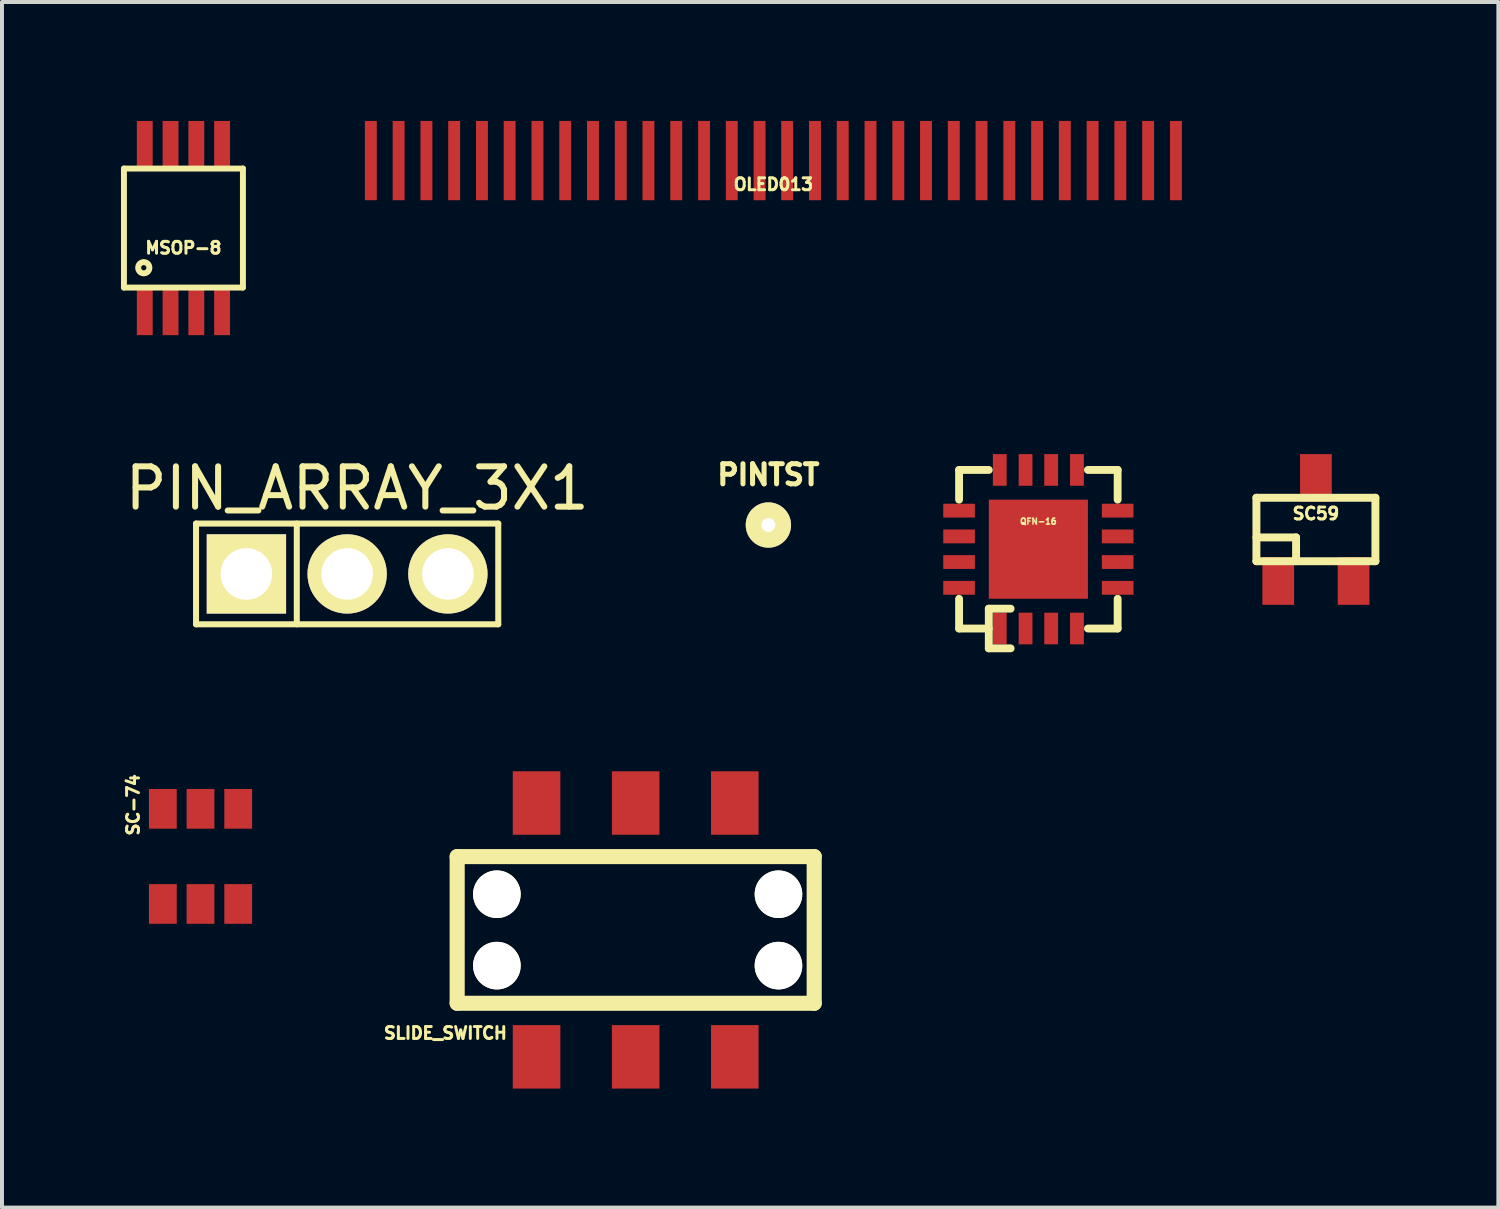
<source format=kicad_pcb>
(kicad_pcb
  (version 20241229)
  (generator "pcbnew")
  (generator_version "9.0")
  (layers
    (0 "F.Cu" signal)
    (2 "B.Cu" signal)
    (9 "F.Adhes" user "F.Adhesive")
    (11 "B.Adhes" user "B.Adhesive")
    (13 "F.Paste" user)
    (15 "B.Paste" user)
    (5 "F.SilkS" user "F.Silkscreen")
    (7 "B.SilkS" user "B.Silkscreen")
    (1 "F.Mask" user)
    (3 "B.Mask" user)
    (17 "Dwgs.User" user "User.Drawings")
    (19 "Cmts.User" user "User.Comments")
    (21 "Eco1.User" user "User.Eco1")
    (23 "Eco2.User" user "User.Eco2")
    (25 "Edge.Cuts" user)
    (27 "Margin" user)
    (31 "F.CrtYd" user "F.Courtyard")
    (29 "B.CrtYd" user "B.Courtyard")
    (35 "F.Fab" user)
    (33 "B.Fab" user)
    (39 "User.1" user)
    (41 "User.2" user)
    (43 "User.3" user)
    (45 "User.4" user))
  (footprint "PIN_ARRAY_3X1"
    (layer "F.Cu")
    (at 5.703 11.421)
    (property "Reference" "PIN_ARRAY_3X1" (at 0.254 -2.159 0) (layer "F.SilkS") (effects (font (size 1.016 1.016) (thickness 0.152))))
    (attr through_hole)
    (fp_line (start -3.81 -1.27) (end 3.81 -1.27) (stroke (width 0.152) (type solid)) (layer "F.SilkS"))
    (fp_line (start -3.81 1.27) (end -3.81 -1.27) (stroke (width 0.152) (type solid)) (layer "F.SilkS"))
    (fp_line (start -1.27 -1.27) (end -1.27 1.27) (stroke (width 0.152) (type solid)) (layer "F.SilkS"))
    (fp_line (start 3.81 -1.27) (end 3.81 1.27) (stroke (width 0.152) (type solid)) (layer "F.SilkS"))
    (fp_line (start 3.81 1.27) (end -3.81 1.27) (stroke (width 0.152) (type solid)) (layer "F.SilkS"))
    (pad "1" thru_hole rect (at -2.54 0) (size 2 2) (drill 1.3) (layers "*.Cu" "*.Mask" "F.SilkS"))
    (pad "2" thru_hole circle (at 0 0) (size 2 2) (drill 1.3) (layers "*.Cu" "*.Mask" "F.SilkS"))
    (pad "3" thru_hole circle (at 2.54 0) (size 2 2) (drill 1.3) (layers "*.Cu" "*.Mask" "F.SilkS")))
  (footprint "SC-74"
    (layer "F.Cu")
    (at 2.006 18.543)
    (property "Reference" "SC-74" (at -1.699 -1.3 90) (layer "F.SilkS") (effects (font (size 0.3 0.3) (thickness 0.076))))
    (attr through_hole)
    (fp_line (start -1.549 -0.851) (end 1.549 -0.851) (stroke (width 0.001) (type solid)) (layer "F.SilkS"))
    (fp_line (start -1.549 0.201) (end -0.526 0.201) (stroke (width 0.001) (type solid)) (layer "F.SilkS"))
    (fp_line (start -1.549 0.851) (end -1.549 -0.851) (stroke (width 0.001) (type solid)) (layer "F.SilkS"))
    (fp_line (start -0.526 0.201) (end -0.526 0.851) (stroke (width 0.001) (type solid)) (layer "F.SilkS"))
    (fp_line (start 1.549 -0.851) (end 1.549 0.851) (stroke (width 0.001) (type solid)) (layer "F.SilkS"))
    (fp_line (start 1.549 0.851) (end -1.549 0.851) (stroke (width 0.001) (type solid)) (layer "F.SilkS"))
    (pad "1" smd rect (at -0.95 1.199) (size 0.701 1.001) (layers "F.Cu" "F.Mask" "F.Paste"))
    (pad "2" smd rect (at 0 1.199) (size 0.701 1.001) (layers "F.Cu" "F.Mask" "F.Paste"))
    (pad "3" smd rect (at 0.95 1.199) (size 0.701 1.001) (layers "F.Cu" "F.Mask" "F.Paste"))
    (pad "4" smd rect (at 0.95 -1.199) (size 0.701 1.001) (layers "F.Cu" "F.Mask" "F.Paste"))
    (pad "5" smd rect (at 0 -1.199) (size 0.701 1.001) (layers "F.Cu" "F.Mask" "F.Paste"))
    (pad "6" smd rect (at -0.95 -1.199) (size 0.701 1.001) (layers "F.Cu" "F.Mask" "F.Paste")))
  (footprint "OLED013"
    (layer "F.Cu")
    (at 16.45 0.999)
    (property "Reference" "OLED013" (at 0 0.6 0) (layer "F.SilkS") (effects (font (size 0.3 0.3) (thickness 0.075))))
    (attr through_hole)
    (pad "1" smd rect (at -10.15 0 180) (size 0.3 1.999) (layers "F.Cu" "F.Mask" "F.Paste"))
    (pad "2" smd rect (at -9.449 0 180) (size 0.3 1.999) (layers "F.Cu" "F.Mask" "F.Paste"))
    (pad "3" smd rect (at -8.748 0 180) (size 0.3 1.999) (layers "F.Cu" "F.Mask" "F.Paste"))
    (pad "4" smd rect (at -8.049 0 180) (size 0.3 1.999) (layers "F.Cu" "F.Mask" "F.Paste"))
    (pad "5" smd rect (at -7.348 0 180) (size 0.3 1.999) (layers "F.Cu" "F.Mask" "F.Paste"))
    (pad "6" smd rect (at -6.65 0 180) (size 0.3 1.999) (layers "F.Cu" "F.Mask" "F.Paste"))
    (pad "7" smd rect (at -5.949 0 180) (size 0.3 1.999) (layers "F.Cu" "F.Mask" "F.Paste"))
    (pad "8" smd rect (at -5.248 0 180) (size 0.3 1.999) (layers "F.Cu" "F.Mask" "F.Paste"))
    (pad "9" smd rect (at -4.549 0 180) (size 0.3 1.999) (layers "F.Cu" "F.Mask" "F.Paste"))
    (pad "10" smd rect (at -3.848 0 180) (size 0.3 1.999) (layers "F.Cu" "F.Mask" "F.Paste"))
    (pad "11" smd rect (at -3.15 0 180) (size 0.3 1.999) (layers "F.Cu" "F.Mask" "F.Paste"))
    (pad "12" smd rect (at -2.449 0 180) (size 0.3 1.999) (layers "F.Cu" "F.Mask" "F.Paste"))
    (pad "13" smd rect (at -1.748 0 180) (size 0.3 1.999) (layers "F.Cu" "F.Mask" "F.Paste"))
    (pad "14" smd rect (at -1.049 0 180) (size 0.3 1.999) (layers "F.Cu" "F.Mask" "F.Paste"))
    (pad "15" smd rect (at -0.348 0 180) (size 0.3 1.999) (layers "F.Cu" "F.Mask" "F.Paste"))
    (pad "16" smd rect (at 0.348 0 180) (size 0.3 1.999) (layers "F.Cu" "F.Mask" "F.Paste"))
    (pad "17" smd rect (at 1.049 0 180) (size 0.3 1.999) (layers "F.Cu" "F.Mask" "F.Paste"))
    (pad "18" smd rect (at 1.748 0 180) (size 0.3 1.999) (layers "F.Cu" "F.Mask" "F.Paste"))
    (pad "19" smd rect (at 2.449 0 180) (size 0.3 1.999) (layers "F.Cu" "F.Mask" "F.Paste"))
    (pad "20" smd rect (at 3.15 0 180) (size 0.3 1.999) (layers "F.Cu" "F.Mask" "F.Paste"))
    (pad "21" smd rect (at 3.848 0 180) (size 0.3 1.999) (layers "F.Cu" "F.Mask" "F.Paste"))
    (pad "22" smd rect (at 4.549 0 180) (size 0.3 1.999) (layers "F.Cu" "F.Mask" "F.Paste"))
    (pad "23" smd rect (at 5.248 0 180) (size 0.3 1.999) (layers "F.Cu" "F.Mask" "F.Paste"))
    (pad "24" smd rect (at 5.949 0 180) (size 0.3 1.999) (layers "F.Cu" "F.Mask" "F.Paste"))
    (pad "25" smd rect (at 6.65 0 180) (size 0.3 1.999) (layers "F.Cu" "F.Mask" "F.Paste"))
    (pad "26" smd rect (at 7.348 0 180) (size 0.3 1.999) (layers "F.Cu" "F.Mask" "F.Paste"))
    (pad "27" smd rect (at 8.049 0 180) (size 0.3 1.999) (layers "F.Cu" "F.Mask" "F.Paste"))
    (pad "28" smd rect (at 8.748 0 180) (size 0.3 1.999) (layers "F.Cu" "F.Mask" "F.Paste"))
    (pad "29" smd rect (at 9.449 0 180) (size 0.3 1.999) (layers "F.Cu" "F.Mask" "F.Paste"))
    (pad "30" smd rect (at 10.15 0 180) (size 0.3 1.999) (layers "F.Cu" "F.Mask" "F.Paste")))
  (footprint "SLIDE_SWITCH"
    (layer "F.Cu")
    (at 12.978 20.397)
    (property "Reference" "SLIDE_SWITCH" (at -4.798 2.601 0) (layer "F.SilkS") (effects (font (size 0.3 0.3) (thickness 0.076))))
    (attr smd)
    (fp_line (start -4.501 1.849) (end -4.501 -1.849) (stroke (width 0.381) (type solid)) (layer "F.SilkS"))
    (fp_line (start -4.501 1.849) (end 4.501 1.849) (stroke (width 0.381) (type solid)) (layer "F.SilkS"))
    (fp_line (start 4.501 -1.849) (end -4.501 -1.849) (stroke (width 0.381) (type solid)) (layer "F.SilkS"))
    (fp_line (start 4.501 1.849) (end 4.501 -1.849) (stroke (width 0.381) (type solid)) (layer "F.SilkS"))
    (pad "" np_thru_hole circle (at -3.5 -0.9) (size 1.2 1.2) (drill 1.2) (layers "*.Cu" "*.Mask" "F.SilkS"))
    (pad "" np_thru_hole circle (at -3.5 0.9) (size 1.2 1.2) (drill 1.2) (layers "*.Cu" "*.Mask" "F.SilkS"))
    (pad "" np_thru_hole circle (at 3.6 -0.9) (size 1.2 1.2) (drill 1.2) (layers "*.Cu" "*.Mask" "F.SilkS"))
    (pad "" np_thru_hole circle (at 3.6 0.9) (size 1.2 1.2) (drill 1.2) (layers "*.Cu" "*.Mask" "F.SilkS"))
    (pad "1" smd rect (at -2.499 3.2) (size 1.199 1.6) (layers "F.Cu" "F.Mask" "F.Paste"))
    (pad "2" smd rect (at 0 3.2) (size 1.199 1.6) (layers "F.Cu" "F.Mask" "F.Paste"))
    (pad "3" smd rect (at 2.499 3.2) (size 1.199 1.6) (layers "F.Cu" "F.Mask" "F.Paste"))
    (pad "4" smd rect (at 2.499 -3.2) (size 1.199 1.6) (layers "F.Cu" "F.Mask" "F.Paste"))
    (pad "5" smd rect (at 0 -3.2) (size 1.199 1.6) (layers "F.Cu" "F.Mask" "F.Paste"))
    (pad "6" smd rect (at -2.499 -3.2) (size 1.199 1.6) (layers "F.Cu" "F.Mask" "F.Paste")))
  (footprint "QFN-16"
    (layer "F.Cu")
    (at 23.131 10.798)
    (property "Reference" "QFN-16" (at 0 -0.701 0) (layer "F.SilkS") (effects (font (size 0.15 0.15) (thickness 0.038))))
    (attr through_hole)
    (fp_line (start -1.999 -1.999) (end -1.999 -1.25) (stroke (width 0.198) (type solid)) (layer "F.SilkS"))
    (fp_line (start -1.999 -1.999) (end -1.25 -1.999) (stroke (width 0.198) (type solid)) (layer "F.SilkS"))
    (fp_line (start -1.999 1.25) (end -1.999 1.999) (stroke (width 0.198) (type solid)) (layer "F.SilkS"))
    (fp_line (start -1.999 1.999) (end -1.25 1.999) (stroke (width 0.198) (type solid)) (layer "F.SilkS"))
    (fp_line (start -1.25 1.499) (end -1.25 2.499) (stroke (width 0.198) (type solid)) (layer "F.SilkS"))
    (fp_line (start -1.25 1.499) (end -0.699 1.499) (stroke (width 0.198) (type solid)) (layer "F.SilkS"))
    (fp_line (start -1.25 2.499) (end -0.699 2.499) (stroke (width 0.198) (type solid)) (layer "F.SilkS"))
    (fp_line (start 1.25 -1.999) (end 1.999 -1.999) (stroke (width 0.198) (type solid)) (layer "F.SilkS"))
    (fp_line (start 1.25 1.999) (end 1.999 1.999) (stroke (width 0.198) (type solid)) (layer "F.SilkS"))
    (fp_line (start 1.999 -1.999) (end 1.999 -1.25) (stroke (width 0.198) (type solid)) (layer "F.SilkS"))
    (fp_line (start 1.999 1.25) (end 1.999 1.999) (stroke (width 0.198) (type solid)) (layer "F.SilkS"))
    (pad "1" smd rect (at -0.973 1.999 180) (size 0.348 0.798) (layers "F.Cu" "F.Mask" "F.Paste"))
    (pad "2" smd rect (at -0.323 1.999 180) (size 0.348 0.798) (layers "F.Cu" "F.Mask" "F.Paste"))
    (pad "3" smd rect (at 0.323 1.999 180) (size 0.348 0.798) (layers "F.Cu" "F.Mask" "F.Paste"))
    (pad "4" smd rect (at 0.973 1.999 180) (size 0.348 0.798) (layers "F.Cu" "F.Mask" "F.Paste"))
    (pad "5" smd rect (at 1.999 0.973 270) (size 0.348 0.798) (layers "F.Cu" "F.Mask" "F.Paste"))
    (pad "6" smd rect (at 1.999 0.323 270) (size 0.348 0.798) (layers "F.Cu" "F.Mask" "F.Paste"))
    (pad "7" smd rect (at 1.999 -0.323 270) (size 0.348 0.798) (layers "F.Cu" "F.Mask" "F.Paste"))
    (pad "8" smd rect (at 1.999 -0.973 270) (size 0.348 0.798) (layers "F.Cu" "F.Mask" "F.Paste"))
    (pad "9" smd rect (at 0.973 -1.999) (size 0.348 0.798) (layers "F.Cu" "F.Mask" "F.Paste"))
    (pad "10" smd rect (at 0.323 -1.999) (size 0.348 0.798) (layers "F.Cu" "F.Mask" "F.Paste"))
    (pad "11" smd rect (at -0.323 -1.999) (size 0.348 0.798) (layers "F.Cu" "F.Mask" "F.Paste"))
    (pad "12" smd rect (at -0.973 -1.999) (size 0.348 0.798) (layers "F.Cu" "F.Mask" "F.Paste"))
    (pad "13" smd rect (at -1.999 -0.973 90) (size 0.348 0.798) (layers "F.Cu" "F.Mask" "F.Paste"))
    (pad "14" smd rect (at -1.999 -0.323 90) (size 0.348 0.798) (layers "F.Cu" "F.Mask" "F.Paste"))
    (pad "15" smd rect (at -1.999 0.323 90) (size 0.348 0.798) (layers "F.Cu" "F.Mask" "F.Paste"))
    (pad "16" smd rect (at -1.999 0.973 90) (size 0.348 0.798) (layers "F.Cu" "F.Mask" "F.Paste"))
    (pad "EP" smd rect (at 0 0) (size 2.499 2.499) (layers "F.Cu" "F.Mask" "F.Paste")))
  (footprint "SC59"
    (layer "F.Cu")
    (at 30.129 10.3)
    (property "Reference" "SC59" (at 0 -0.4 0) (layer "F.SilkS") (effects (font (size 0.3 0.3) (thickness 0.075))))
    (attr through_hole)
    (fp_line (start -1.5 -0.8) (end 1.5 -0.8) (stroke (width 0.2) (type solid)) (layer "F.SilkS"))
    (fp_line (start -1.5 0.2) (end -0.5 0.2) (stroke (width 0.2) (type solid)) (layer "F.SilkS"))
    (fp_line (start -1.5 0.8) (end -1.5 -0.8) (stroke (width 0.2) (type solid)) (layer "F.SilkS"))
    (fp_line (start -0.5 0.2) (end -0.5 0.8) (stroke (width 0.2) (type solid)) (layer "F.SilkS"))
    (fp_line (start 1.5 -0.8) (end 1.5 0.8) (stroke (width 0.2) (type solid)) (layer "F.SilkS"))
    (fp_line (start 1.5 0.8) (end -1.5 0.8) (stroke (width 0.2) (type solid)) (layer "F.SilkS"))
    (pad "1" smd rect (at -0.95 1.3) (size 0.8 1.2) (layers "F.Cu" "F.Mask" "F.Paste"))
    (pad "2" smd rect (at 0 -1.3) (size 0.8 1.2) (layers "F.Cu" "F.Mask" "F.Paste"))
    (pad "3" smd rect (at 0.95 1.3) (size 0.8 1.2) (layers "F.Cu" "F.Mask" "F.Paste")))
  (footprint "MSOP-8"
    (layer "F.Cu")
    (at 1.575 2.7)
    (property "Reference" "MSOP-8" (at 0 0.5 0) (layer "F.SilkS") (effects (font (size 0.3 0.3) (thickness 0.075))))
    (attr through_hole)
    (fp_line (start -1.5 -1.5) (end 1.5 -1.5) (stroke (width 0.15) (type solid)) (layer "F.SilkS"))
    (fp_line (start -1.5 1.5) (end -1.5 -1.5) (stroke (width 0.15) (type solid)) (layer "F.SilkS"))
    (fp_line (start 1.5 -1.5) (end 1.5 1.5) (stroke (width 0.15) (type solid)) (layer "F.SilkS"))
    (fp_line (start 1.5 1.5) (end -1.5 1.5) (stroke (width 0.15) (type solid)) (layer "F.SilkS"))
    (fp_circle (center -1 1) (end -0.9 1.1) (stroke (width 0.15) (type solid)) (fill no) (layer "F.SilkS"))
    (pad "1" smd rect (at -0.975 2.1) (size 0.4 1.2) (layers "F.Cu" "F.Mask" "F.Paste"))
    (pad "2" smd rect (at -0.325 2.1) (size 0.4 1.2) (layers "F.Cu" "F.Mask" "F.Paste"))
    (pad "3" smd rect (at 0.325 2.1) (size 0.4 1.2) (layers "F.Cu" "F.Mask" "F.Paste"))
    (pad "4" smd rect (at 0.975 2.1) (size 0.4 1.2) (layers "F.Cu" "F.Mask" "F.Paste"))
    (pad "5" smd rect (at 0.975 -2.1) (size 0.4 1.2) (layers "F.Cu" "F.Mask" "F.Paste"))
    (pad "6" smd rect (at 0.325 -2.1) (size 0.4 1.2) (layers "F.Cu" "F.Mask" "F.Paste"))
    (pad "7" smd rect (at -0.325 -2.1) (size 0.4 1.2) (layers "F.Cu" "F.Mask" "F.Paste"))
    (pad "8" smd rect (at -0.975 -2.1) (size 0.4 1.2) (layers "F.Cu" "F.Mask" "F.Paste")))
  (footprint "PINTST"
    (layer "F.Cu")
    (at 16.324 10.188)
    (property "Reference" "PINTST" (at 0 -1.267 0) (layer "F.SilkS") (effects (font (size 0.508 0.508) (thickness 0.127))))
    (attr through_hole)
    (pad "1" thru_hole circle (at 0 0) (size 1.143 1.143) (drill 0.35) (layers "*.Cu" "B.Mask" "F.SilkS")))
  (gr_rect
    (start -3 -3)
    (end 34.729 27.397)
    (stroke (width 0.1) (type default))
    (fill no)
    (layer "Edge.Cuts")))
</source>
